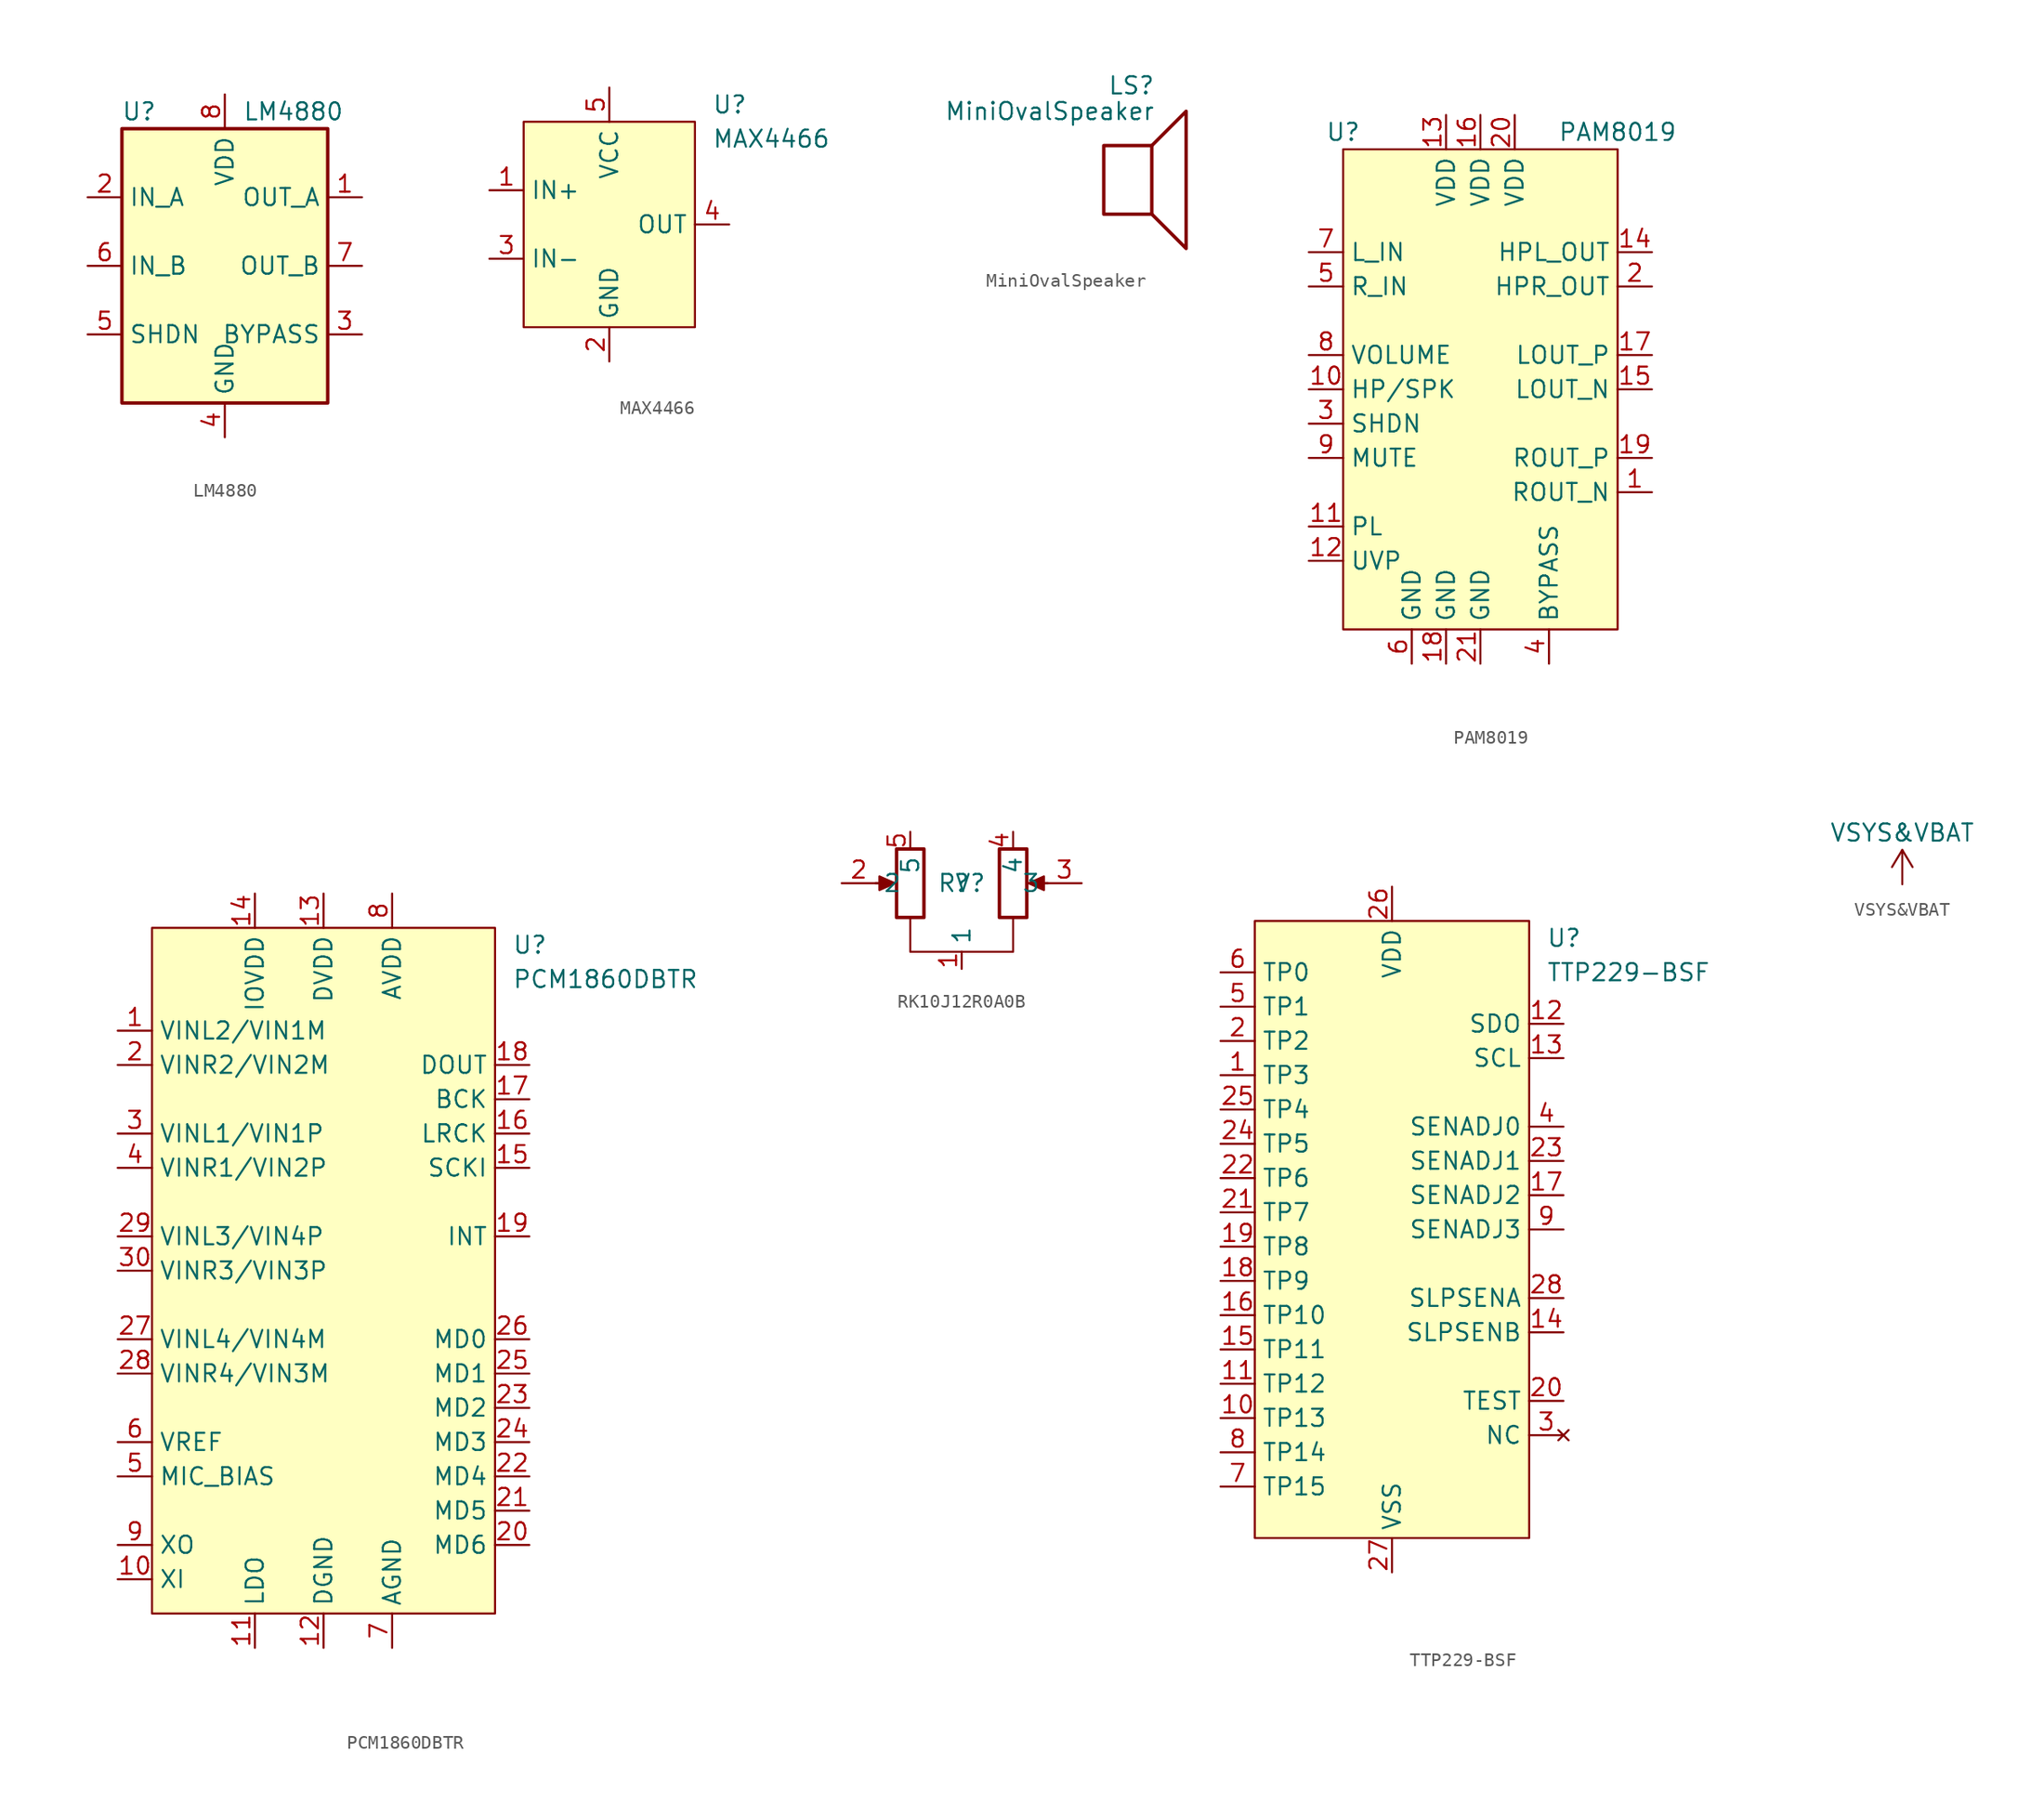
<source format=kicad_sym>
(kicad_symbol_lib
  (version 20220914)
  (generator kicad_symbol_editor)
  (symbol "LM4880"
    (property "Reference" "U"
      (at -6.35 11.43 0)
      (effects (font (size 1.27 1.27))))
    (property "Value" "LM4880"
      (at 5.08 11.43 0)
      (effects (font (size 1.27 1.27))))
    (symbol "LM4880_0_1"
      (rectangle (start -7.62 10.16) (end 7.62 -10.16) (stroke (width 0.254) (type default)) (fill (type background))))
    (symbol "LM4880_1_1"
      (pin output line (at 10.16 5.08 180) (length 2.54) (name "OUT_A" (effects (font (size 1.27 1.27)))) (number "1" (effects (font (size 1.27 1.27)))))
      (pin input line (at -10.16 5.08 0) (length 2.54) (name "IN_A" (effects (font (size 1.27 1.27)))) (number "2" (effects (font (size 1.27 1.27)))))
      (pin passive line (at 10.16 -5.08 180) (length 2.54) (name "BYPASS" (effects (font (size 1.27 1.27)))) (number "3" (effects (font (size 1.27 1.27)))))
      (pin power_in line (at 0 -12.7 90) (length 2.54) (name "GND" (effects (font (size 1.27 1.27)))) (number "4" (effects (font (size 1.27 1.27)))))
      (pin input line (at -10.16 -5.08 0) (length 2.54) (name "SHDN" (effects (font (size 1.27 1.27)))) (number "5" (effects (font (size 1.27 1.27)))))
      (pin input line (at -10.16 0 0) (length 2.54) (name "IN_B" (effects (font (size 1.27 1.27)))) (number "6" (effects (font (size 1.27 1.27)))))
      (pin output line (at 10.16 0 180) (length 2.54) (name "OUT_B" (effects (font (size 1.27 1.27)))) (number "7" (effects (font (size 1.27 1.27)))))
      (pin power_in line (at 0 12.7 270) (length 2.54) (name "VDD" (effects (font (size 1.27 1.27)))) (number "8" (effects (font (size 1.27 1.27)))))))
  (symbol "MAX4466"
    (property "Reference" "U"
      (at 7.62 8.89 0)
      (effects (font (size 1.27 1.27)) (justify left)))
    (property "Value" "MAX4466"
      (at 7.62 6.35 0)
      (effects (font (size 1.27 1.27)) (justify left)))
    (symbol "MAX4466_1_1"
      (rectangle (start -6.35 7.62) (end 6.35 -7.62) (stroke (width 0) (type default)) (fill (type background)))
      (pin input line (at -8.89 2.54 0) (length 2.54) (name "IN+" (effects (font (size 1.27 1.27)))) (number "1" (effects (font (size 1.27 1.27)))))
      (pin power_in line (at 0 -10.16 90) (length 2.54) (name "GND" (effects (font (size 1.27 1.27)))) (number "2" (effects (font (size 1.27 1.27)))))
      (pin input line (at -8.89 -2.54 0) (length 2.54) (name "IN-" (effects (font (size 1.27 1.27)))) (number "3" (effects (font (size 1.27 1.27)))))
      (pin output line (at 8.89 0 180) (length 2.54) (name "OUT" (effects (font (size 1.27 1.27)))) (number "4" (effects (font (size 1.27 1.27)))))
      (pin power_in line (at 0 10.16 270) (length 2.54) (name "VCC" (effects (font (size 1.27 1.27)))) (number "5" (effects (font (size 1.27 1.27)))))))
  (symbol "MiniOvalSpeaker"
    (pin_names
      (offset 0) hide)
    (property "Reference" "LS"
      (at 1.27 5.715 0)
      (effects (font (size 1.27 1.27)) (justify right)))
    (property "Value" "MiniOvalSpeaker"
      (at 1.27 3.81 0)
      (effects (font (size 1.27 1.27)) (justify right)))
    (symbol "MiniOvalSpeaker_0_0"
      (rectangle (start -2.54 1.27) (end 1.016 -3.81) (stroke (width 0.254) (type default)) (fill (type none)))
      (polyline (pts (xy 1.016 1.27) (xy 3.556 3.81) (xy 3.556 -6.35) (xy 1.016 -3.81)) (stroke (width 0.254) (type default)) (fill (type none)))))
  (symbol "PAM8019"
    (property "Reference" "U"
      (at -10.16 16.51 0)
      (effects (font (size 1.27 1.27))))
    (property "Value" "PAM8019"
      (at 10.16 16.51 0)
      (effects (font (size 1.27 1.27))))
    (symbol "PAM8019_1_1"
      (rectangle (start -10.16 15.24) (end 10.16 -20.32) (stroke (width 0) (type default)) (fill (type background)))
      (pin output line (at 12.7 -10.16 180) (length 2.54) (name "ROUT_N" (effects (font (size 1.27 1.27)))) (number "1" (effects (font (size 1.27 1.27)))))
      (pin input line (at -12.7 -2.54 0) (length 2.54) (name "HP/SPK" (effects (font (size 1.27 1.27)))) (number "10" (effects (font (size 1.27 1.27)))))
      (pin input line (at -12.7 -12.7 0) (length 2.54) (name "PL" (effects (font (size 1.27 1.27)))) (number "11" (effects (font (size 1.27 1.27)))))
      (pin input line (at -12.7 -15.24 0) (length 2.54) (name "UVP" (effects (font (size 1.27 1.27)))) (number "12" (effects (font (size 1.27 1.27)))))
      (pin power_in line (at -2.54 17.78 270) (length 2.54) (name "VDD" (effects (font (size 1.27 1.27)))) (number "13" (effects (font (size 1.27 1.27)))))
      (pin output line (at 12.7 7.62 180) (length 2.54) (name "HPL_OUT" (effects (font (size 1.27 1.27)))) (number "14" (effects (font (size 1.27 1.27)))))
      (pin output line (at 12.7 -2.54 180) (length 2.54) (name "LOUT_N" (effects (font (size 1.27 1.27)))) (number "15" (effects (font (size 1.27 1.27)))))
      (pin power_in line (at 0 17.78 270) (length 2.54) (name "VDD" (effects (font (size 1.27 1.27)))) (number "16" (effects (font (size 1.27 1.27)))))
      (pin output line (at 12.7 0 180) (length 2.54) (name "LOUT_P" (effects (font (size 1.27 1.27)))) (number "17" (effects (font (size 1.27 1.27)))))
      (pin power_in line (at -2.54 -22.86 90) (length 2.54) (name "GND" (effects (font (size 1.27 1.27)))) (number "18" (effects (font (size 1.27 1.27)))))
      (pin output line (at 12.7 -7.62 180) (length 2.54) (name "ROUT_P" (effects (font (size 1.27 1.27)))) (number "19" (effects (font (size 1.27 1.27)))))
      (pin output line (at 12.7 5.08 180) (length 2.54) (name "HPR_OUT" (effects (font (size 1.27 1.27)))) (number "2" (effects (font (size 1.27 1.27)))))
      (pin power_in line (at 2.54 17.78 270) (length 2.54) (name "VDD" (effects (font (size 1.27 1.27)))) (number "20" (effects (font (size 1.27 1.27)))))
      (pin power_in line (at 0 -22.86 90) (length 2.54) (name "GND" (effects (font (size 1.27 1.27)))) (number "21" (effects (font (size 1.27 1.27)))))
      (pin input line (at -12.7 -5.08 0) (length 2.54) (name "SHDN" (effects (font (size 1.27 1.27)))) (number "3" (effects (font (size 1.27 1.27)))))
      (pin input line (at 5.08 -22.86 90) (length 2.54) (name "BYPASS" (effects (font (size 1.27 1.27)))) (number "4" (effects (font (size 1.27 1.27)))))
      (pin input line (at -12.7 5.08 0) (length 2.54) (name "R_IN" (effects (font (size 1.27 1.27)))) (number "5" (effects (font (size 1.27 1.27)))))
      (pin power_in line (at -5.08 -22.86 90) (length 2.54) (name "GND" (effects (font (size 1.27 1.27)))) (number "6" (effects (font (size 1.27 1.27)))))
      (pin input line (at -12.7 7.62 0) (length 2.54) (name "L_IN" (effects (font (size 1.27 1.27)))) (number "7" (effects (font (size 1.27 1.27)))))
      (pin input line (at -12.7 0 0) (length 2.54) (name "VOLUME" (effects (font (size 1.27 1.27)))) (number "8" (effects (font (size 1.27 1.27)))))
      (pin input line (at -12.7 -7.62 0) (length 2.54) (name "MUTE" (effects (font (size 1.27 1.27)))) (number "9" (effects (font (size 1.27 1.27)))))))
  (symbol "PCM1860DBTR"
    (property "Reference" "U"
      (at 13.97 24.13 0)
      (effects (font (size 1.27 1.27)) (justify left)))
    (property "Value" "PCM1860DBTR"
      (at 13.97 21.59 0)
      (effects (font (size 1.27 1.27)) (justify left)))
    (symbol "PCM1860DBTR_1_1"
      (rectangle (start -12.7 25.4) (end 12.7 -25.4) (stroke (width 0) (type default)) (fill (type background)))
      (pin input line (at -15.24 17.78 0) (length 2.54) (name "VINL2/VIN1M" (effects (font (size 1.27 1.27)))) (number "1" (effects (font (size 1.27 1.27)))))
      (pin input line (at -15.24 -22.86 0) (length 2.54) (name "XI" (effects (font (size 1.27 1.27)))) (number "10" (effects (font (size 1.27 1.27)))))
      (pin power_out line (at -5.08 -27.94 90) (length 2.54) (name "LDO" (effects (font (size 1.27 1.27)))) (number "11" (effects (font (size 1.27 1.27)))))
      (pin power_in line (at 0 -27.94 90) (length 2.54) (name "DGND" (effects (font (size 1.27 1.27)))) (number "12" (effects (font (size 1.27 1.27)))))
      (pin power_in line (at 0 27.94 270) (length 2.54) (name "DVDD" (effects (font (size 1.27 1.27)))) (number "13" (effects (font (size 1.27 1.27)))))
      (pin power_in line (at -5.08 27.94 270) (length 2.54) (name "IOVDD" (effects (font (size 1.27 1.27)))) (number "14" (effects (font (size 1.27 1.27)))))
      (pin input line (at 15.24 7.62 180) (length 2.54) (name "SCKI" (effects (font (size 1.27 1.27)))) (number "15" (effects (font (size 1.27 1.27)))))
      (pin bidirectional line (at 15.24 10.16 180) (length 2.54) (name "LRCK" (effects (font (size 1.27 1.27)))) (number "16" (effects (font (size 1.27 1.27)))))
      (pin bidirectional line (at 15.24 12.7 180) (length 2.54) (name "BCK" (effects (font (size 1.27 1.27)))) (number "17" (effects (font (size 1.27 1.27)))))
      (pin output line (at 15.24 15.24 180) (length 2.54) (name "DOUT" (effects (font (size 1.27 1.27)))) (number "18" (effects (font (size 1.27 1.27)))))
      (pin output line (at 15.24 2.54 180) (length 2.54) (name "INT" (effects (font (size 1.27 1.27)))) (number "19" (effects (font (size 1.27 1.27)))))
      (pin input line (at -15.24 15.24 0) (length 2.54) (name "VINR2/VIN2M" (effects (font (size 1.27 1.27)))) (number "2" (effects (font (size 1.27 1.27)))))
      (pin input line (at 15.24 -20.32 180) (length 2.54) (name "MD6" (effects (font (size 1.27 1.27)))) (number "20" (effects (font (size 1.27 1.27)))))
      (pin input line (at 15.24 -17.78 180) (length 2.54) (name "MD5" (effects (font (size 1.27 1.27)))) (number "21" (effects (font (size 1.27 1.27)))))
      (pin input line (at 15.24 -15.24 180) (length 2.54) (name "MD4" (effects (font (size 1.27 1.27)))) (number "22" (effects (font (size 1.27 1.27)))))
      (pin input line (at 15.24 -10.16 180) (length 2.54) (name "MD2" (effects (font (size 1.27 1.27)))) (number "23" (effects (font (size 1.27 1.27)))))
      (pin input line (at 15.24 -12.7 180) (length 2.54) (name "MD3" (effects (font (size 1.27 1.27)))) (number "24" (effects (font (size 1.27 1.27)))))
      (pin input line (at 15.24 -7.62 180) (length 2.54) (name "MD1" (effects (font (size 1.27 1.27)))) (number "25" (effects (font (size 1.27 1.27)))))
      (pin input line (at 15.24 -5.08 180) (length 2.54) (name "MD0" (effects (font (size 1.27 1.27)))) (number "26" (effects (font (size 1.27 1.27)))))
      (pin input line (at -15.24 -5.08 0) (length 2.54) (name "VINL4/VIN4M" (effects (font (size 1.27 1.27)))) (number "27" (effects (font (size 1.27 1.27)))))
      (pin input line (at -15.24 -7.62 0) (length 2.54) (name "VINR4/VIN3M" (effects (font (size 1.27 1.27)))) (number "28" (effects (font (size 1.27 1.27)))))
      (pin input line (at -15.24 2.54 0) (length 2.54) (name "VINL3/VIN4P" (effects (font (size 1.27 1.27)))) (number "29" (effects (font (size 1.27 1.27)))))
      (pin input line (at -15.24 10.16 0) (length 2.54) (name "VINL1/VIN1P" (effects (font (size 1.27 1.27)))) (number "3" (effects (font (size 1.27 1.27)))))
      (pin input line (at -15.24 0 0) (length 2.54) (name "VINR3/VIN3P" (effects (font (size 1.27 1.27)))) (number "30" (effects (font (size 1.27 1.27)))))
      (pin input line (at -15.24 7.62 0) (length 2.54) (name "VINR1/VIN2P" (effects (font (size 1.27 1.27)))) (number "4" (effects (font (size 1.27 1.27)))))
      (pin power_out line (at -15.24 -15.24 0) (length 2.54) (name "MIC_BIAS" (effects (font (size 1.27 1.27)))) (number "5" (effects (font (size 1.27 1.27)))))
      (pin power_out line (at -15.24 -12.7 0) (length 2.54) (name "VREF" (effects (font (size 1.27 1.27)))) (number "6" (effects (font (size 1.27 1.27)))))
      (pin power_in line (at 5.08 -27.94 90) (length 2.54) (name "AGND" (effects (font (size 1.27 1.27)))) (number "7" (effects (font (size 1.27 1.27)))))
      (pin power_in line (at 5.08 27.94 270) (length 2.54) (name "AVDD" (effects (font (size 1.27 1.27)))) (number "8" (effects (font (size 1.27 1.27)))))
      (pin output line (at -15.24 -20.32 0) (length 2.54) (name "XO" (effects (font (size 1.27 1.27)))) (number "9" (effects (font (size 1.27 1.27)))))))
  (symbol "RK10J12R0A0B"
    (property "Reference" "RV"
      (at 0 0 0)
      (effects (font (size 1.27 1.27))))
    (property "Value" "?"
      (at 0 0 0)
      (effects (font (size 1.27 1.27))))
    (symbol "RK10J12R0A0B_0_1"
      (rectangle (start -4.826 2.54) (end -2.794 -2.54) (stroke (width 0.254) (type default)) (fill (type none)))
      (polyline (pts (xy -6.35 0) (xy -5.334 0)) (stroke (width 0) (type default)) (fill (type none)))
      (polyline (pts (xy -6.35 0) (xy -5.334 0)) (stroke (width 0) (type default)) (fill (type none)))
      (polyline (pts (xy 6.35 0) (xy 5.334 0)) (stroke (width 0) (type default)) (fill (type none)))
      (polyline (pts (xy 6.35 0) (xy 5.334 0)) (stroke (width 0) (type default)) (fill (type none)))
      (polyline (pts (xy -4.953 0) (xy -6.096 -0.508) (xy -6.096 0.508) (xy -4.953 0)) (stroke (width 0) (type default)) (fill (type outline)))
      (polyline (pts (xy -3.81 -2.54) (xy -3.81 -5.08) (xy 3.81 -5.08) (xy 3.81 -2.54)) (stroke (width 0) (type default)) (fill (type none)))
      (polyline (pts (xy 4.953 0) (xy 6.096 0.508) (xy 6.096 -0.508) (xy 4.953 0)) (stroke (width 0) (type default)) (fill (type outline)))
      (rectangle (start 4.826 2.54) (end 2.794 -2.54) (stroke (width 0.254) (type default)) (fill (type none))))
    (symbol "RK10J12R0A0B_1_1"
      (pin passive line (at 0 -6.35 90) (length 1.27) (name "1" (effects (font (size 1.27 1.27)))) (number "1" (effects (font (size 1.27 1.27)))))
      (pin passive line (at -8.89 0 0) (length 2.54) (name "2" (effects (font (size 1.27 1.27)))) (number "2" (effects (font (size 1.27 1.27)))))
      (pin passive line (at 8.89 0 180) (length 2.54) (name "3" (effects (font (size 1.27 1.27)))) (number "3" (effects (font (size 1.27 1.27)))))
      (pin passive line (at 3.81 3.81 270) (length 1.27) (name "4" (effects (font (size 1.27 1.27)))) (number "4" (effects (font (size 1.27 1.27)))))
      (pin passive line (at -3.81 3.81 270) (length 1.27) (name "5" (effects (font (size 1.27 1.27)))) (number "5" (effects (font (size 1.27 1.27)))))))
  (symbol "TTP229-BSF"
    (property "Reference" "U"
      (at 11.43 21.59 0)
      (effects (font (size 1.27 1.27)) (justify left)))
    (property "Value" "TTP229-BSF"
      (at 11.43 19.05 0)
      (effects (font (size 1.27 1.27)) (justify left)))
    (symbol "TTP229-BSF_1_1"
      (rectangle (start -10.16 22.86) (end 10.16 -22.86) (stroke (width 0) (type default)) (fill (type background)))
      (pin input line (at -12.7 11.43 0) (length 2.54) (name "TP3" (effects (font (size 1.27 1.27)))) (number "1" (effects (font (size 1.27 1.27)))))
      (pin input line (at -12.7 -13.97 0) (length 2.54) (name "TP13" (effects (font (size 1.27 1.27)))) (number "10" (effects (font (size 1.27 1.27)))))
      (pin input line (at -12.7 -11.43 0) (length 2.54) (name "TP12" (effects (font (size 1.27 1.27)))) (number "11" (effects (font (size 1.27 1.27)))))
      (pin output line (at 12.7 15.24 180) (length 2.54) (name "SDO" (effects (font (size 1.27 1.27)))) (number "12" (effects (font (size 1.27 1.27)))))
      (pin input line (at 12.7 12.7 180) (length 2.54) (name "SCL" (effects (font (size 1.27 1.27)))) (number "13" (effects (font (size 1.27 1.27)))))
      (pin input line (at 12.7 -7.62 180) (length 2.54) (name "SLPSENB" (effects (font (size 1.27 1.27)))) (number "14" (effects (font (size 1.27 1.27)))))
      (pin input line (at -12.7 -8.89 0) (length 2.54) (name "TP11" (effects (font (size 1.27 1.27)))) (number "15" (effects (font (size 1.27 1.27)))))
      (pin input line (at -12.7 -6.35 0) (length 2.54) (name "TP10" (effects (font (size 1.27 1.27)))) (number "16" (effects (font (size 1.27 1.27)))))
      (pin input line (at 12.7 2.54 180) (length 2.54) (name "SENADJ2" (effects (font (size 1.27 1.27)))) (number "17" (effects (font (size 1.27 1.27)))))
      (pin input line (at -12.7 -3.81 0) (length 2.54) (name "TP9" (effects (font (size 1.27 1.27)))) (number "18" (effects (font (size 1.27 1.27)))))
      (pin input line (at -12.7 -1.27 0) (length 2.54) (name "TP8" (effects (font (size 1.27 1.27)))) (number "19" (effects (font (size 1.27 1.27)))))
      (pin input line (at -12.7 13.97 0) (length 2.54) (name "TP2" (effects (font (size 1.27 1.27)))) (number "2" (effects (font (size 1.27 1.27)))))
      (pin input line (at 12.7 -12.7 180) (length 2.54) (name "TEST" (effects (font (size 1.27 1.27)))) (number "20" (effects (font (size 1.27 1.27)))))
      (pin input line (at -12.7 1.27 0) (length 2.54) (name "TP7" (effects (font (size 1.27 1.27)))) (number "21" (effects (font (size 1.27 1.27)))))
      (pin input line (at -12.7 3.81 0) (length 2.54) (name "TP6" (effects (font (size 1.27 1.27)))) (number "22" (effects (font (size 1.27 1.27)))))
      (pin input line (at 12.7 5.08 180) (length 2.54) (name "SENADJ1" (effects (font (size 1.27 1.27)))) (number "23" (effects (font (size 1.27 1.27)))))
      (pin input line (at -12.7 6.35 0) (length 2.54) (name "TP5" (effects (font (size 1.27 1.27)))) (number "24" (effects (font (size 1.27 1.27)))))
      (pin input line (at -12.7 8.89 0) (length 2.54) (name "TP4" (effects (font (size 1.27 1.27)))) (number "25" (effects (font (size 1.27 1.27)))))
      (pin power_in line (at 0 25.4 270) (length 2.54) (name "VDD" (effects (font (size 1.27 1.27)))) (number "26" (effects (font (size 1.27 1.27)))))
      (pin power_in line (at 0 -25.4 90) (length 2.54) (name "VSS" (effects (font (size 1.27 1.27)))) (number "27" (effects (font (size 1.27 1.27)))))
      (pin input line (at 12.7 -5.08 180) (length 2.54) (name "SLPSENA" (effects (font (size 1.27 1.27)))) (number "28" (effects (font (size 1.27 1.27)))))
      (pin no_connect line (at 12.7 -15.24 180) (length 2.54) (name "NC" (effects (font (size 1.27 1.27)))) (number "3" (effects (font (size 1.27 1.27)))))
      (pin input line (at 12.7 7.62 180) (length 2.54) (name "SENADJ0" (effects (font (size 1.27 1.27)))) (number "4" (effects (font (size 1.27 1.27)))))
      (pin input line (at -12.7 16.51 0) (length 2.54) (name "TP1" (effects (font (size 1.27 1.27)))) (number "5" (effects (font (size 1.27 1.27)))))
      (pin input line (at -12.7 19.05 0) (length 2.54) (name "TP0" (effects (font (size 1.27 1.27)))) (number "6" (effects (font (size 1.27 1.27)))))
      (pin input line (at -12.7 -19.05 0) (length 2.54) (name "TP15" (effects (font (size 1.27 1.27)))) (number "7" (effects (font (size 1.27 1.27)))))
      (pin input line (at -12.7 -16.51 0) (length 2.54) (name "TP14" (effects (font (size 1.27 1.27)))) (number "8" (effects (font (size 1.27 1.27)))))
      (pin input line (at 12.7 0 180) (length 2.54) (name "SENADJ3" (effects (font (size 1.27 1.27)))) (number "9" (effects (font (size 1.27 1.27)))))))
  (symbol "VSYS&VBAT"
    (power)
    (pin_names
      (offset 0))
    (property "Reference" "#PWR"
      (at 0 -3.81 0)
      (effects (font (size 1.27 1.27)) hide))
    (property "Value" "VSYS&VBAT"
      (at 0 3.81 0)
      (effects (font (size 1.27 1.27))))
    (symbol "VSYS&VBAT_0_1"
      (polyline (pts (xy -0.762 1.27) (xy 0 2.54)) (stroke (width 0) (type default)) (fill (type none)))
      (polyline (pts (xy 0 0) (xy 0 2.54)) (stroke (width 0) (type default)) (fill (type none)))
      (polyline (pts (xy 0 2.54) (xy 0.762 1.27)) (stroke (width 0) (type default)) (fill (type none))))
    (symbol "VSYS&VBAT_1_1"
      (pin power_in line (at 0 0 90) (length 0) hide (name "VSYS&VBAT" (effects (font (size 1.27 1.27)))) (number "1" (effects (font (size 1.27 1.27))))))))
</source>
